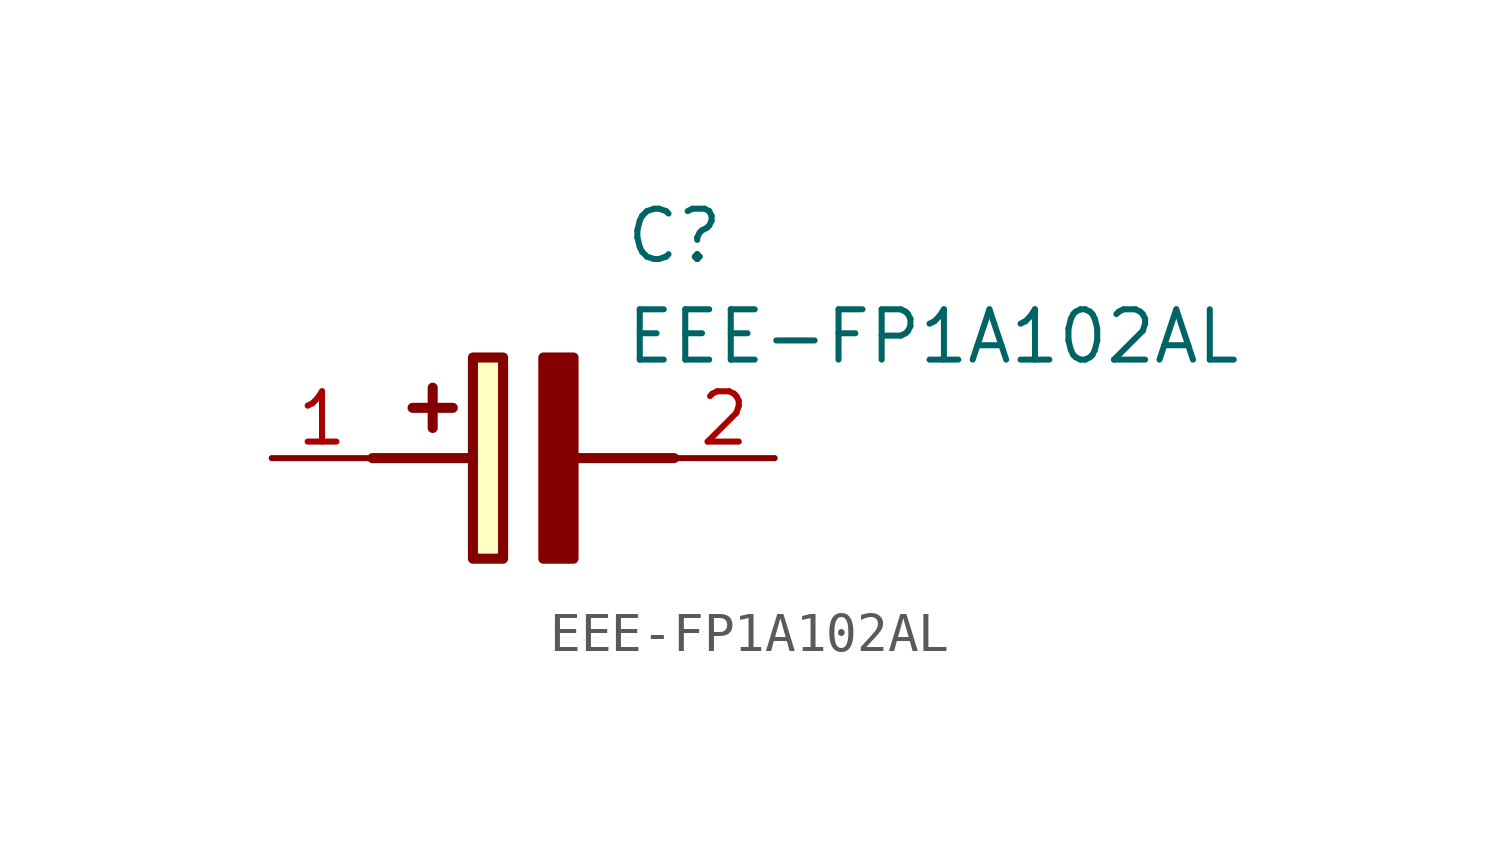
<source format=kicad_sym>
(kicad_symbol_lib
  (version 20211014)
  (generator SamacSys_ECAD_Model)
  (symbol "EEE-FP1A102AL"
    (pin_names hide)
    (property "Reference" "C"
      (at 8.89 6.35 0)
      (effects (font (size 1.27 1.27)) (justify left top)))
    (property "Value" "EEE-FP1A102AL"
      (at 8.89 3.81 0)
      (effects (font (size 1.27 1.27)) (justify left top)))
    (rectangle
      (start 5.08 2.54)
      (end 5.842 -2.54)
      (stroke (width 0.254) (type default))
      (fill (type background)))
    (polyline
      (pts (xy 4.572 1.27) (xy 3.556 1.27))
      (stroke (width 0.254) (type default))
      (fill (type none)))
    (polyline
      (pts (xy 4.064 1.778) (xy 4.064 0.762))
      (stroke (width 0.254) (type default))
      (fill (type none)))
    (polyline
      (pts (xy 2.54 0) (xy 5.08 0))
      (stroke (width 0.254) (type default))
      (fill (type none)))
    (polyline
      (pts (xy 7.62 0) (xy 10.16 0))
      (stroke (width 0.254) (type default))
      (fill (type none)))
    (polyline
      (pts (xy 7.62 2.54) (xy 7.62 -2.54) (xy 6.858 -2.54) (xy 6.858 2.54) (xy 7.62 2.54))
      (stroke (width 0.254) (type default))
      (fill (type outline)))
    (pin passive line
      (at 0 0 0)
      (length 2.54)
      (name "+" (effects (font (size 1.27 1.27))))
      (number "1" (effects (font (size 1.27 1.27)))))
    (pin passive line
      (at 12.7 0 180)
      (length 2.54)
      (name "-" (effects (font (size 1.27 1.27))))
      (number "2" (effects (font (size 1.27 1.27)))))))
</source>
